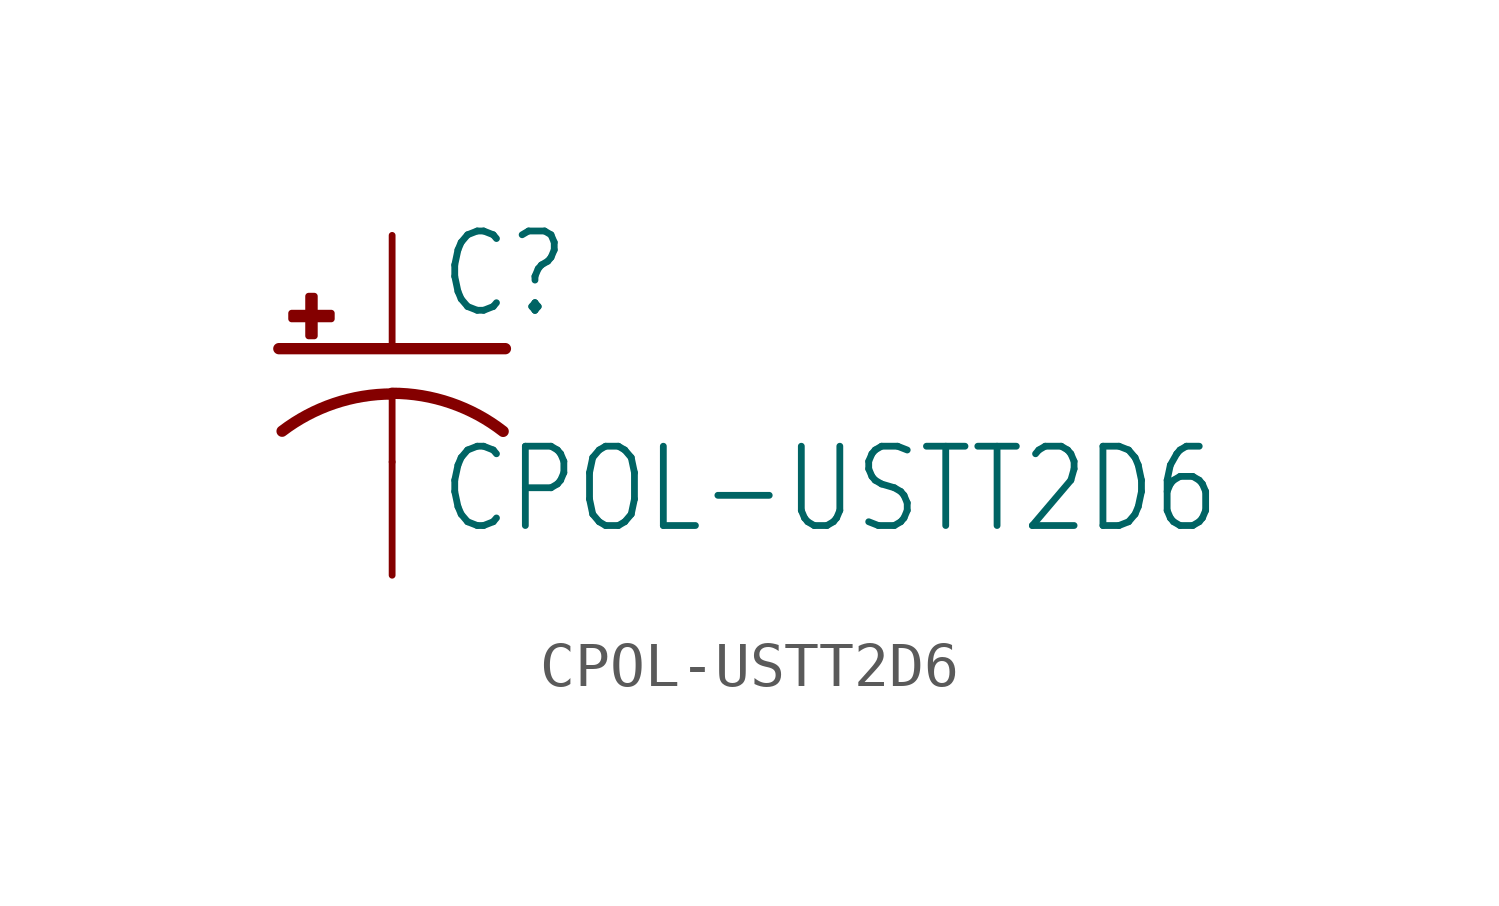
<source format=kicad_sym>
(kicad_symbol_lib
  (version 20211014)
  (generator kicad_symbol_editor)
  (symbol "CPOL-USTT2D6"
    (property "Reference" "C"
      (at 1.016 0.635 0)
      (effects (font (size 1.778 1.511)) (justify left bottom)))
    (property "Value" "CPOL-USTT2D6"
      (at 1.016 -4.191 0)
      (effects (font (size 1.778 1.511)) (justify left bottom)))
    (property "ki_locked" ""
      (at 0 0 0)
      (effects (font (size 1.27 1.27))))
    (symbol "CPOL-USTT2D6_1_0"
      (rectangle (start -2.253 0.668) (end -1.364 0.795) (stroke (width 0) (type default) (color 0 0 0 0)) (fill (type outline)))
      (rectangle (start -1.872 0.287) (end -1.745 1.176) (stroke (width 0) (type default) (color 0 0 0 0)) (fill (type outline)))
      (arc (start 0 -1.0161) (mid -1.3021 -1.2302) (end -2.4669 -1.8504) (stroke (width 0.254) (type default) (color 0 0 0 0)) (fill (type none)))
      (polyline (pts (xy -2.54 0) (xy 2.54 0)) (stroke (width 0.254) (type default) (color 0 0 0 0)) (fill (type none)))
      (polyline (pts (xy 0 -1.016) (xy 0 -2.54)) (stroke (width 0.152) (type default) (color 0 0 0 0)) (fill (type none)))
      (arc (start 2.4892 -1.8542) (mid 1.3158 -1.2195) (end 0 -1) (stroke (width 0.254) (type default) (color 0 0 0 0)) (fill (type none)))
      (pin passive line (at 0 2.54 270) (length 2.54) (name "+" (effects (font (size 0 0)))) (number "+" (effects (font (size 0 0)))))
      (pin passive line (at 0 -5.08 90) (length 2.54) (name "-" (effects (font (size 0 0)))) (number "-" (effects (font (size 0 0))))))))
</source>
